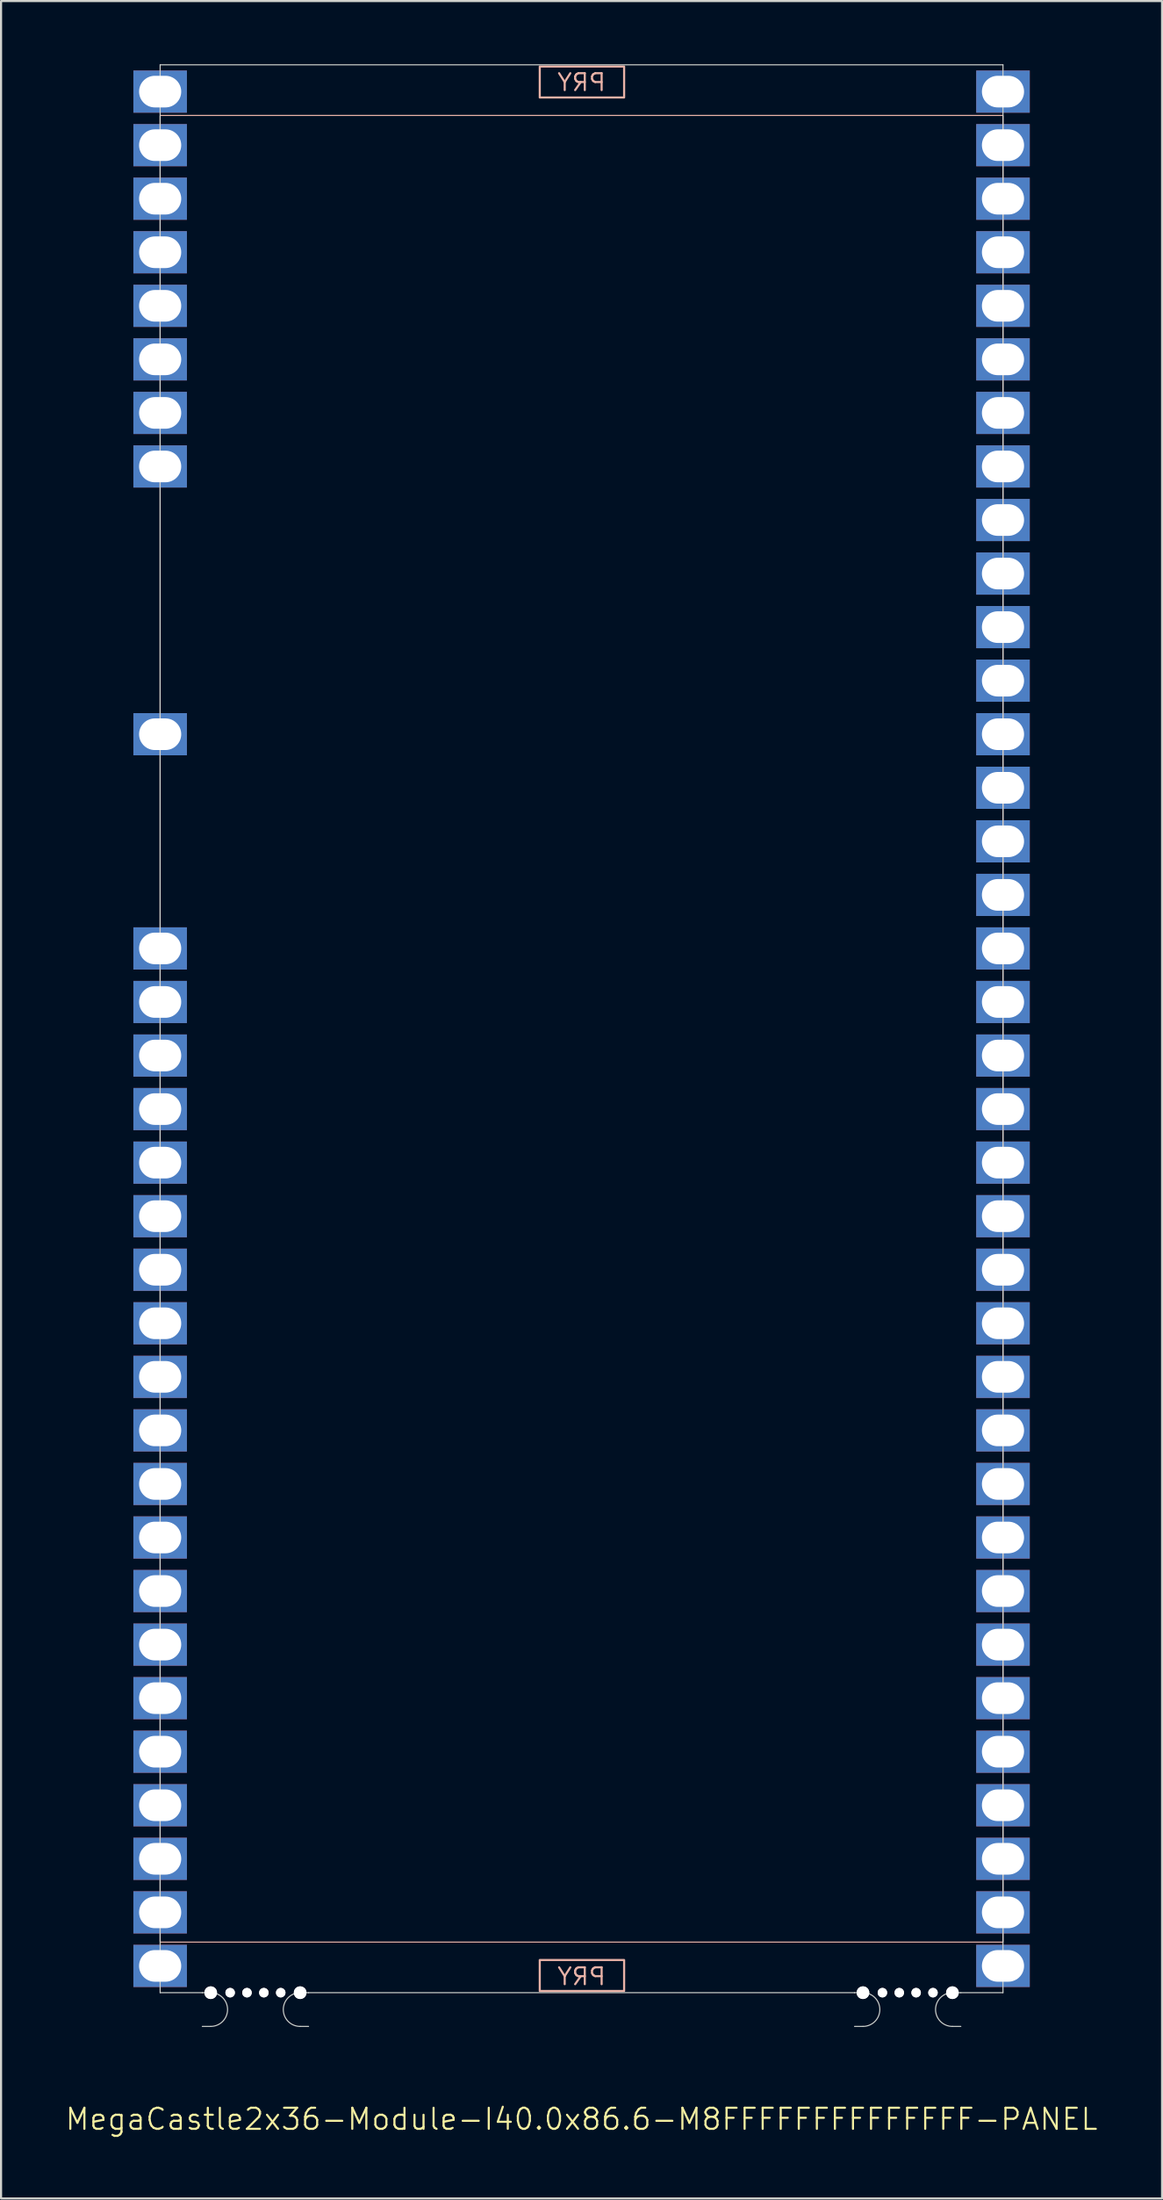
<source format=kicad_pcb>
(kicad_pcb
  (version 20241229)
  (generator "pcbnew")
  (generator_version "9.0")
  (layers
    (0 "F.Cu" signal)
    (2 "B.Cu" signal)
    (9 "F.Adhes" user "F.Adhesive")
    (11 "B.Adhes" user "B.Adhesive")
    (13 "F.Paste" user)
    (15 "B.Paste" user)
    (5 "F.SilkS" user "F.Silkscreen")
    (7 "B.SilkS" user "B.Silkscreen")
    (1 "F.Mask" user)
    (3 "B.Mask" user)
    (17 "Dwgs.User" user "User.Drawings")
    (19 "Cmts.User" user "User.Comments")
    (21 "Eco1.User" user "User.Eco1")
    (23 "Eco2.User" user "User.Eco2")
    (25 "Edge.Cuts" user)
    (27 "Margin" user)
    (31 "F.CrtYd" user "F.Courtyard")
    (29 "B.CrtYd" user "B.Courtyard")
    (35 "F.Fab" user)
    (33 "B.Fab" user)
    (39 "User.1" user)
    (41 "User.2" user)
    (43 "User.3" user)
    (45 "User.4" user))
  (footprint "MegaCastle2x36-Module-I40.0x86.6-M8FFFFFFFFFFFFFF-PANEL"
    (layer "F.Cu")
    (at 24.55 45.745)
    (property "Reference" "MegaCastle2x36-Module-I40.0x86.6-M8FFFFFFFFFFFFFF-PANEL" (at 0 51.72 0) (unlocked yes) (layer "F.SilkS") (effects (font (size 1 1) (thickness 0.1))))
    (attr smd)
    (fp_rect (start -20 43.32) (end 20 -43.32) (stroke (width 0.05) (type default)) (fill no) (layer "B.SilkS"))
    (fp_rect (start -1.984 -44.171) (end 2.02 -45.64) (stroke (width 0.1) (type default)) (fill no) (layer "B.SilkS"))
    (fp_rect (start -1.984 44.171) (end 2.02 45.64) (stroke (width 0.1) (type default)) (fill no) (layer "B.SilkS"))
    (fp_line (start -20 -45.72) (end -20 45.72) (stroke (width 0.05) (type default)) (layer "Edge.Cuts"))
    (fp_line (start -20 -45.72) (end 20 -45.72) (stroke (width 0.05) (type default)) (layer "Edge.Cuts"))
    (fp_line (start -20 45.72) (end -18 45.72) (stroke (width 0.05) (type default)) (layer "Edge.Cuts"))
    (fp_line (start -18 45.72) (end -17.6 45.72) (stroke (width 0.05) (type default)) (layer "Edge.Cuts"))
    (fp_line (start -18 47.32) (end -17.6 47.32) (stroke (width 0.05) (type default)) (layer "Edge.Cuts"))
    (fp_line (start -12.955 45.72) (end -13.355 45.72) (stroke (width 0.05) (type default)) (layer "Edge.Cuts"))
    (fp_line (start -12.955 45.72) (end 12.955 45.72) (stroke (width 0.05) (type default)) (layer "Edge.Cuts"))
    (fp_line (start -12.955 47.32) (end -13.355 47.32) (stroke (width 0.05) (type default)) (layer "Edge.Cuts"))
    (fp_line (start 12.955 45.72) (end 13.355 45.72) (stroke (width 0.05) (type default)) (layer "Edge.Cuts"))
    (fp_line (start 12.955 47.32) (end 13.355 47.32) (stroke (width 0.05) (type default)) (layer "Edge.Cuts"))
    (fp_line (start 18 45.72) (end 17.6 45.72) (stroke (width 0.05) (type default)) (layer "Edge.Cuts"))
    (fp_line (start 18 45.72) (end 20 45.72) (stroke (width 0.05) (type default)) (layer "Edge.Cuts"))
    (fp_line (start 18 47.32) (end 17.6 47.32) (stroke (width 0.05) (type default)) (layer "Edge.Cuts"))
    (fp_line (start 20 -45.72) (end 20 45.72) (stroke (width 0.05) (type default)) (layer "Edge.Cuts"))
    (fp_arc (start -17.6 45.720001) (mid -16.799999 46.52) (end -17.6 47.32) (stroke (width 0.05) (type default)) (layer "Edge.Cuts"))
    (fp_arc (start -13.355 47.32) (mid -14.154999 46.520001) (end -13.355 45.720001) (stroke (width 0.05) (type default)) (layer "Edge.Cuts"))
    (fp_arc (start 13.355001 45.720001) (mid 14.155002 46.52) (end 13.355001 47.32) (stroke (width 0.05) (type default)) (layer "Edge.Cuts"))
    (fp_arc (start 17.600002 47.32) (mid 16.8 46.52) (end 17.600002 45.720001) (stroke (width 0.05) (type default)) (layer "Edge.Cuts"))
    (fp_text user "PRY" (at 0 -44.42 0) (unlocked yes) (layer "B.SilkS") (effects (font (size 0.8 0.8) (thickness 0.1)) (justify bottom mirror)))
    (fp_text user "PRY" (at 0 45.42 0) (unlocked yes) (layer "B.SilkS") (effects (font (size 0.8 0.8) (thickness 0.1)) (justify bottom mirror)))
    (pad "" np_thru_hole circle (at -17.6 45.72) (size 0.6 0.6) (drill 0.6) (layers "*.Cu" "Edge.Cuts"))
    (pad "" np_thru_hole circle (at -16.677 45.72) (size 0.45 0.45) (drill 0.45) (layers "*.Cu" "Edge.Cuts"))
    (pad "" np_thru_hole circle (at -15.878 45.72) (size 0.45 0.45) (drill 0.45) (layers "*.Cu" "Edge.Cuts"))
    (pad "" np_thru_hole circle (at -15.078 45.72) (size 0.45 0.45) (drill 0.45) (layers "*.Cu" "Edge.Cuts"))
    (pad "" np_thru_hole circle (at -14.277 45.72) (size 0.45 0.45) (drill 0.45) (layers "*.Cu" "Edge.Cuts"))
    (pad "" np_thru_hole circle (at -13.355 45.72) (size 0.6 0.6) (drill 0.6) (layers "*.Cu" "Edge.Cuts"))
    (pad "" np_thru_hole circle (at 13.355 45.72) (size 0.6 0.6) (drill 0.6) (layers "*.Cu" "Edge.Cuts"))
    (pad "" np_thru_hole circle (at 14.278 45.72) (size 0.45 0.45) (drill 0.45) (layers "*.Cu" "Edge.Cuts"))
    (pad "" np_thru_hole circle (at 15.078 45.72) (size 0.45 0.45) (drill 0.45) (layers "*.Cu" "Edge.Cuts"))
    (pad "" np_thru_hole circle (at 15.878 45.72) (size 0.45 0.45) (drill 0.45) (layers "*.Cu" "Edge.Cuts"))
    (pad "" np_thru_hole circle (at 16.678 45.72) (size 0.45 0.45) (drill 0.45) (layers "*.Cu" "Edge.Cuts"))
    (pad "" np_thru_hole circle (at 17.6 45.72) (size 0.6 0.6) (drill 0.6) (layers "*.Cu" "Edge.Cuts"))
    (pad "1" thru_hole rect (at -20 -44.45) (size 2.54 2) (drill oval 2 1.5) (property pad_prop_castellated) (layers "*.Cu" "*.Mask"))
    (pad "2" thru_hole rect (at -20 -41.91) (size 2.54 2) (drill oval 2 1.5) (property pad_prop_castellated) (layers "*.Cu" "*.Mask"))
    (pad "3" thru_hole rect (at -20 -39.37) (size 2.54 2) (drill oval 2 1.5) (property pad_prop_castellated) (layers "*.Cu" "*.Mask"))
    (pad "4" thru_hole rect (at -20 -36.83) (size 2.54 2) (drill oval 2 1.5) (property pad_prop_castellated) (layers "*.Cu" "*.Mask"))
    (pad "5" thru_hole rect (at -20 -34.29) (size 2.54 2) (drill oval 2 1.5) (property pad_prop_castellated) (layers "*.Cu" "*.Mask"))
    (pad "6" thru_hole rect (at -20 -31.75) (size 2.54 2) (drill oval 2 1.5) (property pad_prop_castellated) (layers "*.Cu" "*.Mask"))
    (pad "7" thru_hole rect (at -20 -29.21) (size 2.54 2) (drill oval 2 1.5) (property pad_prop_castellated) (layers "*.Cu" "*.Mask"))
    (pad "8" thru_hole rect (at -20 -26.67) (size 2.54 2) (drill oval 2 1.5) (property pad_prop_castellated) (layers "*.Cu" "*.Mask"))
    (pad "13" thru_hole rect (at -20 -13.97) (size 2.54 2) (drill oval 2 1.5) (property pad_prop_castellated) (layers "*.Cu" "*.Mask"))
    (pad "17" thru_hole rect (at -20 -3.81) (size 2.54 2) (drill oval 2 1.5) (property pad_prop_castellated) (layers "*.Cu" "*.Mask"))
    (pad "18" thru_hole rect (at -20 -1.27) (size 2.54 2) (drill oval 2 1.5) (property pad_prop_castellated) (layers "*.Cu" "*.Mask"))
    (pad "19" thru_hole rect (at -20 1.27) (size 2.54 2) (drill oval 2 1.5) (property pad_prop_castellated) (layers "*.Cu" "*.Mask"))
    (pad "20" thru_hole rect (at -20 3.81) (size 2.54 2) (drill oval 2 1.5) (property pad_prop_castellated) (layers "*.Cu" "*.Mask"))
    (pad "21" thru_hole rect (at -20 6.35) (size 2.54 2) (drill oval 2 1.5) (property pad_prop_castellated) (layers "*.Cu" "*.Mask"))
    (pad "22" thru_hole rect (at -20 8.89) (size 2.54 2) (drill oval 2 1.5) (property pad_prop_castellated) (layers "*.Cu" "*.Mask"))
    (pad "23" thru_hole rect (at -20 11.43) (size 2.54 2) (drill oval 2 1.5) (property pad_prop_castellated) (layers "*.Cu" "*.Mask"))
    (pad "24" thru_hole rect (at -20 13.97) (size 2.54 2) (drill oval 2 1.5) (property pad_prop_castellated) (layers "*.Cu" "*.Mask"))
    (pad "25" thru_hole rect (at -20 16.51) (size 2.54 2) (drill oval 2 1.5) (property pad_prop_castellated) (layers "*.Cu" "*.Mask"))
    (pad "26" thru_hole rect (at -20 19.05) (size 2.54 2) (drill oval 2 1.5) (property pad_prop_castellated) (layers "*.Cu" "*.Mask"))
    (pad "27" thru_hole rect (at -20 21.59) (size 2.54 2) (drill oval 2 1.5) (property pad_prop_castellated) (layers "*.Cu" "*.Mask"))
    (pad "28" thru_hole rect (at -20 24.13) (size 2.54 2) (drill oval 2 1.5) (property pad_prop_castellated) (layers "*.Cu" "*.Mask"))
    (pad "29" thru_hole rect (at -20 26.67) (size 2.54 2) (drill oval 2 1.5) (property pad_prop_castellated) (layers "*.Cu" "*.Mask"))
    (pad "30" thru_hole rect (at -20 29.21) (size 2.54 2) (drill oval 2 1.5) (property pad_prop_castellated) (layers "*.Cu" "*.Mask"))
    (pad "31" thru_hole rect (at -20 31.75) (size 2.54 2) (drill oval 2 1.5) (property pad_prop_castellated) (layers "*.Cu" "*.Mask"))
    (pad "32" thru_hole rect (at -20 34.29) (size 2.54 2) (drill oval 2 1.5) (property pad_prop_castellated) (layers "*.Cu" "*.Mask"))
    (pad "33" thru_hole rect (at -20 36.83) (size 2.54 2) (drill oval 2 1.5) (property pad_prop_castellated) (layers "*.Cu" "*.Mask"))
    (pad "34" thru_hole rect (at -20 39.37) (size 2.54 2) (drill oval 2 1.5) (property pad_prop_castellated) (layers "*.Cu" "*.Mask"))
    (pad "35" thru_hole rect (at -20 41.91) (size 2.54 2) (drill oval 2 1.5) (property pad_prop_castellated) (layers "*.Cu" "*.Mask"))
    (pad "36" thru_hole rect (at -20 44.45) (size 2.54 2) (drill oval 2 1.5) (property pad_prop_castellated) (layers "*.Cu" "*.Mask"))
    (pad "37" thru_hole rect (at 20 -44.45) (size 2.54 2) (drill oval 2 1.5) (property pad_prop_castellated) (layers "*.Cu" "*.Mask"))
    (pad "38" thru_hole rect (at 20 -41.91) (size 2.54 2) (drill oval 2 1.5) (property pad_prop_castellated) (layers "*.Cu" "*.Mask"))
    (pad "39" thru_hole rect (at 20 -39.37) (size 2.54 2) (drill oval 2 1.5) (property pad_prop_castellated) (layers "*.Cu" "*.Mask"))
    (pad "40" thru_hole rect (at 20 -36.83) (size 2.54 2) (drill oval 2 1.5) (property pad_prop_castellated) (layers "*.Cu" "*.Mask"))
    (pad "41" thru_hole rect (at 20 -34.29) (size 2.54 2) (drill oval 2 1.5) (property pad_prop_castellated) (layers "*.Cu" "*.Mask"))
    (pad "42" thru_hole rect (at 20 -31.75) (size 2.54 2) (drill oval 2 1.5) (property pad_prop_castellated) (layers "*.Cu" "*.Mask"))
    (pad "43" thru_hole rect (at 20 -29.21) (size 2.54 2) (drill oval 2 1.5) (property pad_prop_castellated) (layers "*.Cu" "*.Mask"))
    (pad "44" thru_hole rect (at 20 -26.67) (size 2.54 2) (drill oval 2 1.5) (property pad_prop_castellated) (layers "*.Cu" "*.Mask"))
    (pad "45" thru_hole rect (at 20 -24.13) (size 2.54 2) (drill oval 2 1.5) (property pad_prop_castellated) (layers "*.Cu" "*.Mask"))
    (pad "46" thru_hole rect (at 20 -21.59) (size 2.54 2) (drill oval 2 1.5) (property pad_prop_castellated) (layers "*.Cu" "*.Mask"))
    (pad "47" thru_hole rect (at 20 -19.05) (size 2.54 2) (drill oval 2 1.5) (property pad_prop_castellated) (layers "*.Cu" "*.Mask"))
    (pad "48" thru_hole rect (at 20 -16.51) (size 2.54 2) (drill oval 2 1.5) (property pad_prop_castellated) (layers "*.Cu" "*.Mask"))
    (pad "49" thru_hole rect (at 20 -13.97) (size 2.54 2) (drill oval 2 1.5) (property pad_prop_castellated) (layers "*.Cu" "*.Mask"))
    (pad "50" thru_hole rect (at 20 -11.43) (size 2.54 2) (drill oval 2 1.5) (property pad_prop_castellated) (layers "*.Cu" "*.Mask"))
    (pad "51" thru_hole rect (at 20 -8.89) (size 2.54 2) (drill oval 2 1.5) (property pad_prop_castellated) (layers "*.Cu" "*.Mask"))
    (pad "52" thru_hole rect (at 20 -6.35) (size 2.54 2) (drill oval 2 1.5) (property pad_prop_castellated) (layers "*.Cu" "*.Mask"))
    (pad "53" thru_hole rect (at 20 -3.81) (size 2.54 2) (drill oval 2 1.5) (property pad_prop_castellated) (layers "*.Cu" "*.Mask"))
    (pad "54" thru_hole rect (at 20 -1.27) (size 2.54 2) (drill oval 2 1.5) (property pad_prop_castellated) (layers "*.Cu" "*.Mask"))
    (pad "55" thru_hole rect (at 20 1.27) (size 2.54 2) (drill oval 2 1.5) (property pad_prop_castellated) (layers "*.Cu" "*.Mask"))
    (pad "56" thru_hole rect (at 20 3.81) (size 2.54 2) (drill oval 2 1.5) (property pad_prop_castellated) (layers "*.Cu" "*.Mask"))
    (pad "57" thru_hole rect (at 20 6.35) (size 2.54 2) (drill oval 2 1.5) (property pad_prop_castellated) (layers "*.Cu" "*.Mask"))
    (pad "58" thru_hole rect (at 20 8.89) (size 2.54 2) (drill oval 2 1.5) (property pad_prop_castellated) (layers "*.Cu" "*.Mask"))
    (pad "59" thru_hole rect (at 20 11.43) (size 2.54 2) (drill oval 2 1.5) (property pad_prop_castellated) (layers "*.Cu" "*.Mask"))
    (pad "60" thru_hole rect (at 20 13.97) (size 2.54 2) (drill oval 2 1.5) (property pad_prop_castellated) (layers "*.Cu" "*.Mask"))
    (pad "61" thru_hole rect (at 20 16.51) (size 2.54 2) (drill oval 2 1.5) (property pad_prop_castellated) (layers "*.Cu" "*.Mask"))
    (pad "62" thru_hole rect (at 20 19.05) (size 2.54 2) (drill oval 2 1.5) (property pad_prop_castellated) (layers "*.Cu" "*.Mask"))
    (pad "63" thru_hole rect (at 20 21.59) (size 2.54 2) (drill oval 2 1.5) (property pad_prop_castellated) (layers "*.Cu" "*.Mask"))
    (pad "64" thru_hole rect (at 20 24.13) (size 2.54 2) (drill oval 2 1.5) (property pad_prop_castellated) (layers "*.Cu" "*.Mask"))
    (pad "65" thru_hole rect (at 20 26.67) (size 2.54 2) (drill oval 2 1.5) (property pad_prop_castellated) (layers "*.Cu" "*.Mask"))
    (pad "66" thru_hole rect (at 20 29.21) (size 2.54 2) (drill oval 2 1.5) (property pad_prop_castellated) (layers "*.Cu" "*.Mask"))
    (pad "67" thru_hole rect (at 20 31.75) (size 2.54 2) (drill oval 2 1.5) (property pad_prop_castellated) (layers "*.Cu" "*.Mask"))
    (pad "68" thru_hole rect (at 20 34.29) (size 2.54 2) (drill oval 2 1.5) (property pad_prop_castellated) (layers "*.Cu" "*.Mask"))
    (pad "69" thru_hole rect (at 20 36.83) (size 2.54 2) (drill oval 2 1.5) (property pad_prop_castellated) (layers "*.Cu" "*.Mask"))
    (pad "70" thru_hole rect (at 20 39.37) (size 2.54 2) (drill oval 2 1.5) (property pad_prop_castellated) (layers "*.Cu" "*.Mask"))
    (pad "71" thru_hole rect (at 20 41.91) (size 2.54 2) (drill oval 2 1.5) (property pad_prop_castellated) (layers "*.Cu" "*.Mask"))
    (pad "72" thru_hole rect (at 20 44.45) (size 2.54 2) (drill oval 2 1.5) (property pad_prop_castellated) (layers "*.Cu" "*.Mask"))
    (zone (net_name "") (layer "B.Cu") (hatch edge 0.5) (connect_pads) (min_thickness 0.25) (filled_areas_thickness no) (keepout (tracks allowed) (vias allowed) (pads allowed) (copperpour allowed) (footprints not_allowed)) (placement (enabled no)) (fill) (polygon (pts (xy 4.55 91.465) (xy 4.55 0.025))))
    (zone (net_name "") (layer "B.Cu") (hatch edge 0.5) (connect_pads) (min_thickness 0.25) (filled_areas_thickness no) (keepout (tracks allowed) (vias allowed) (pads allowed) (copperpour allowed) (footprints not_allowed)) (placement (enabled no)) (fill) (polygon (pts (xy 44.55 91.465) (xy 44.55 0.025))))
    (zone (net_name "") (layer "B.Cu") (hatch edge 0.5) (connect_pads) (min_thickness 0.25) (filled_areas_thickness no) (keepout (tracks allowed) (vias allowed) (pads allowed) (copperpour allowed) (footprints not_allowed)) (placement (enabled no)) (fill) (polygon (pts (xy 4.55 0.025) (xy 4.55 2.425) (xy 44.55 2.425) (xy 44.55 0.025))))
    (zone (net_name "") (layer "B.Cu") (hatch edge 0.5) (connect_pads) (min_thickness 0.25) (filled_areas_thickness no) (keepout (tracks allowed) (vias allowed) (pads allowed) (copperpour allowed) (footprints not_allowed)) (placement (enabled no)) (fill) (polygon (pts (xy 4.55 91.465) (xy 4.55 89.065) (xy 44.55 89.065) (xy 44.55 91.465))))
    (zone (net_name "") (layer "B.Cu") (name "Upper Pry Zone") (hatch edge 0.5) (connect_pads) (min_thickness 0.25) (filled_areas_thickness no) (keepout (tracks not_allowed) (vias not_allowed) (pads not_allowed) (copperpour allowed) (footprints not_allowed)) (placement (enabled no)) (fill) (polygon (pts (xy 22.566 1.574) (xy 22.566 0.105) (xy 26.57 0.105) (xy 26.57 1.574))))
    (zone (net_name "") (layer "B.Cu") (name "Upper Pry Zone") (hatch edge 0.5) (connect_pads) (min_thickness 0.25) (filled_areas_thickness no) (keepout (tracks not_allowed) (vias not_allowed) (pads not_allowed) (copperpour allowed) (footprints not_allowed)) (placement (enabled no)) (fill) (polygon (pts (xy 22.566 89.916) (xy 22.566 91.385) (xy 26.57 91.385) (xy 26.57 89.916)))))
  (gr_rect
    (start -3 -3)
    (end 52.1 101.226)
    (stroke (width 0.1) (type default))
    (fill no)
    (layer "Edge.Cuts")))
</source>
